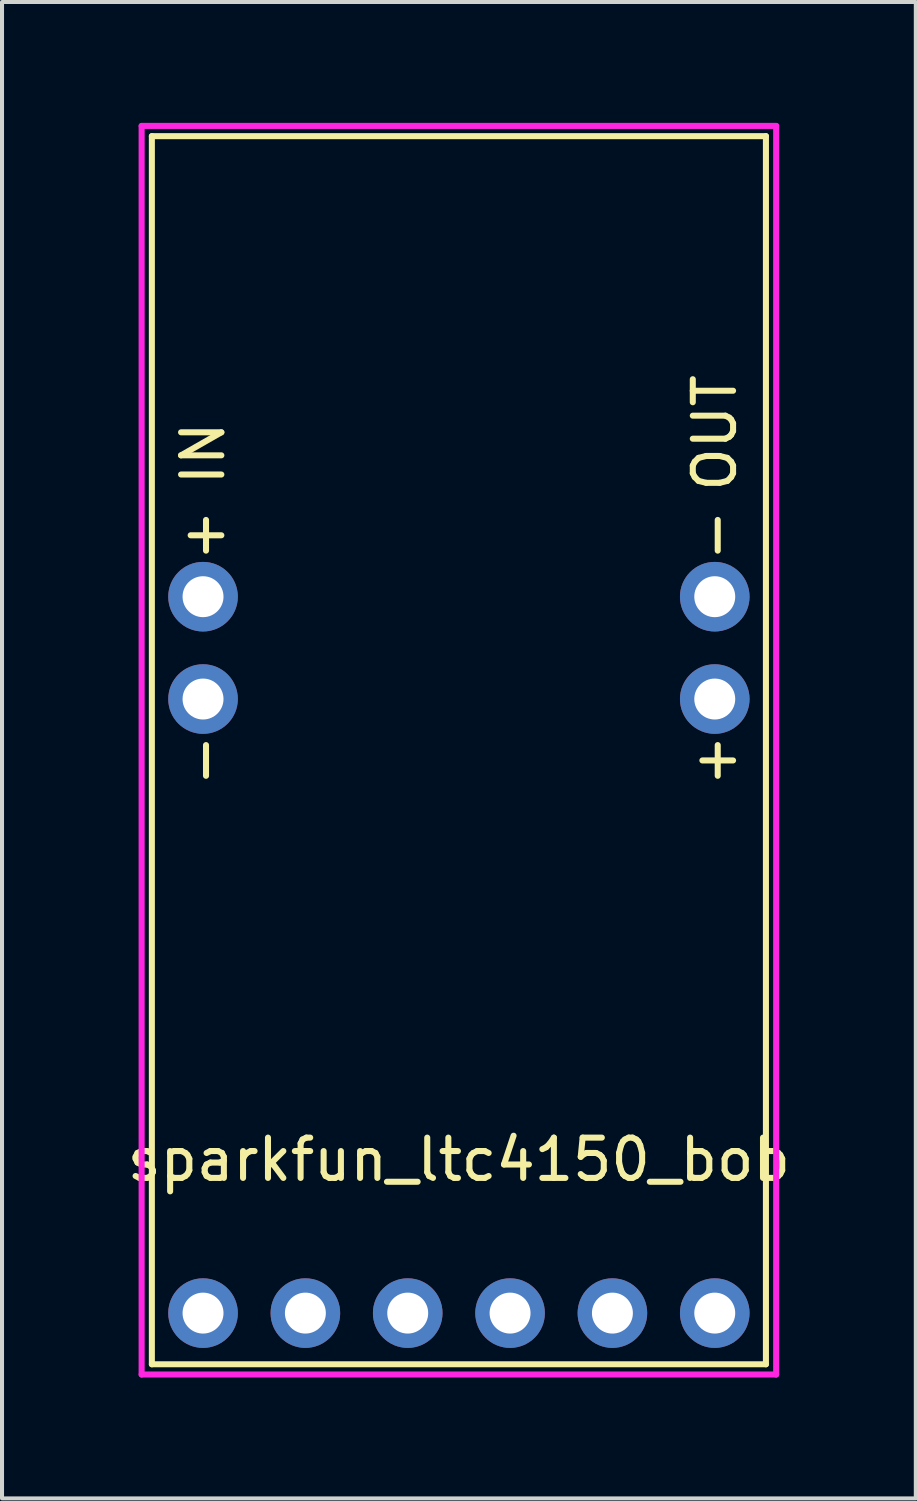
<source format=kicad_pcb>
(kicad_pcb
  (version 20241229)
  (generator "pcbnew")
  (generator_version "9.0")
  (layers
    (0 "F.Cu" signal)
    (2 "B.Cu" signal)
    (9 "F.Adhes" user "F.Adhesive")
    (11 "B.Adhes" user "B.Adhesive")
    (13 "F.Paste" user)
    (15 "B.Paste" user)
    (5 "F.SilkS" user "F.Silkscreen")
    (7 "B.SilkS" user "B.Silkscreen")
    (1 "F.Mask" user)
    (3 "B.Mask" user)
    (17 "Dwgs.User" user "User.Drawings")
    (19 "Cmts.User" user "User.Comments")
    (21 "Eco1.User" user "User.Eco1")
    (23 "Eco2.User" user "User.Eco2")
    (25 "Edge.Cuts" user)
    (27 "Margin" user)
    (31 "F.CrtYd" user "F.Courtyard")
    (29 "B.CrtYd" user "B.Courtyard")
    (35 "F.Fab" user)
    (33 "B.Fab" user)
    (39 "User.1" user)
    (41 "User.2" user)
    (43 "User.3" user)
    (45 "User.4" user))
  (footprint "sparkfun_ltc4150_bob"
    (layer "F.Cu")
    (at 1.989 29.539)
    (property "Reference" "sparkfun_ltc4150_bob" (at 6.35 -3.81 0) (layer "F.SilkS") (effects (font (size 1 1) (thickness 0.15))))
    (attr through_hole)
    (fp_line (start -1.27 -29.21) (end -1.27 1.27) (stroke (width 0.15) (type solid)) (layer "F.SilkS"))
    (fp_line (start -1.27 1.27) (end 13.97 1.27) (stroke (width 0.15) (type solid)) (layer "F.SilkS"))
    (fp_line (start 13.97 -29.21) (end -1.27 -29.21) (stroke (width 0.15) (type solid)) (layer "F.SilkS"))
    (fp_line (start 13.97 1.27) (end 13.97 -29.21) (stroke (width 0.15) (type solid)) (layer "F.SilkS"))
    (fp_line (start -1.524 -29.464) (end 14.224 -29.464) (stroke (width 0.15) (type solid)) (layer "F.CrtYd"))
    (fp_line (start -1.524 1.524) (end -1.524 -29.464) (stroke (width 0.15) (type solid)) (layer "F.CrtYd"))
    (fp_line (start 14.224 -29.464) (end 14.224 1.524) (stroke (width 0.15) (type solid)) (layer "F.CrtYd"))
    (fp_line (start 14.224 1.524) (end -1.524 1.524) (stroke (width 0.15) (type solid)) (layer "F.CrtYd"))
    (fp_text user "+" (at 0 -19.304 90) (layer "F.SilkS") (effects (font (size 1 1) (thickness 0.15))))
    (fp_text user "IN" (at 0 -21.336 90) (layer "F.SilkS") (effects (font (size 1 1) (thickness 0.15))))
    (fp_text user "+" (at 12.7 -13.716 90) (layer "F.SilkS") (effects (font (size 1 1) (thickness 0.15))))
    (fp_text user "-" (at 0 -13.716 90) (layer "F.SilkS") (effects (font (size 1 1) (thickness 0.15))))
    (fp_text user "-" (at 12.7 -19.304 90) (layer "F.SilkS") (effects (font (size 1 1) (thickness 0.15))))
    (fp_text user "OUT" (at 12.7 -21.844 90) (layer "F.SilkS") (effects (font (size 1 1) (thickness 0.15))))
    (pad "1" thru_hole circle (at 0 0) (size 1.727 1.727) (drill 1.016) (layers "*.Cu" "*.Mask"))
    (pad "2" thru_hole circle (at 2.54 0) (size 1.727 1.727) (drill 1.016) (layers "*.Cu" "*.Mask"))
    (pad "3" thru_hole circle (at 5.08 0) (size 1.727 1.727) (drill 1.016) (layers "*.Cu" "*.Mask"))
    (pad "4" thru_hole circle (at 7.62 0) (size 1.727 1.727) (drill 1.016) (layers "*.Cu" "*.Mask"))
    (pad "5" thru_hole circle (at 10.16 0) (size 1.727 1.727) (drill 1.016) (layers "*.Cu" "*.Mask"))
    (pad "6" thru_hole circle (at 12.7 0) (size 1.727 1.727) (drill 1.016) (layers "*.Cu" "*.Mask"))
    (pad "7" thru_hole circle (at 12.7 -15.24) (size 1.727 1.727) (drill 1.016) (layers "*.Cu" "*.Mask"))
    (pad "8" thru_hole circle (at 12.7 -17.78) (size 1.727 1.727) (drill 1.016) (layers "*.Cu" "*.Mask"))
    (pad "9" thru_hole circle (at 0 -17.78) (size 1.727 1.727) (drill 1.016) (layers "*.Cu" "*.Mask"))
    (pad "10" thru_hole circle (at 0 -15.24) (size 1.727 1.727) (drill 1.016) (layers "*.Cu" "*.Mask")))
  (gr_rect
    (start -3 -3)
    (end 19.679 34.138)
    (stroke (width 0.1) (type default))
    (fill no)
    (layer "Edge.Cuts")))
</source>
